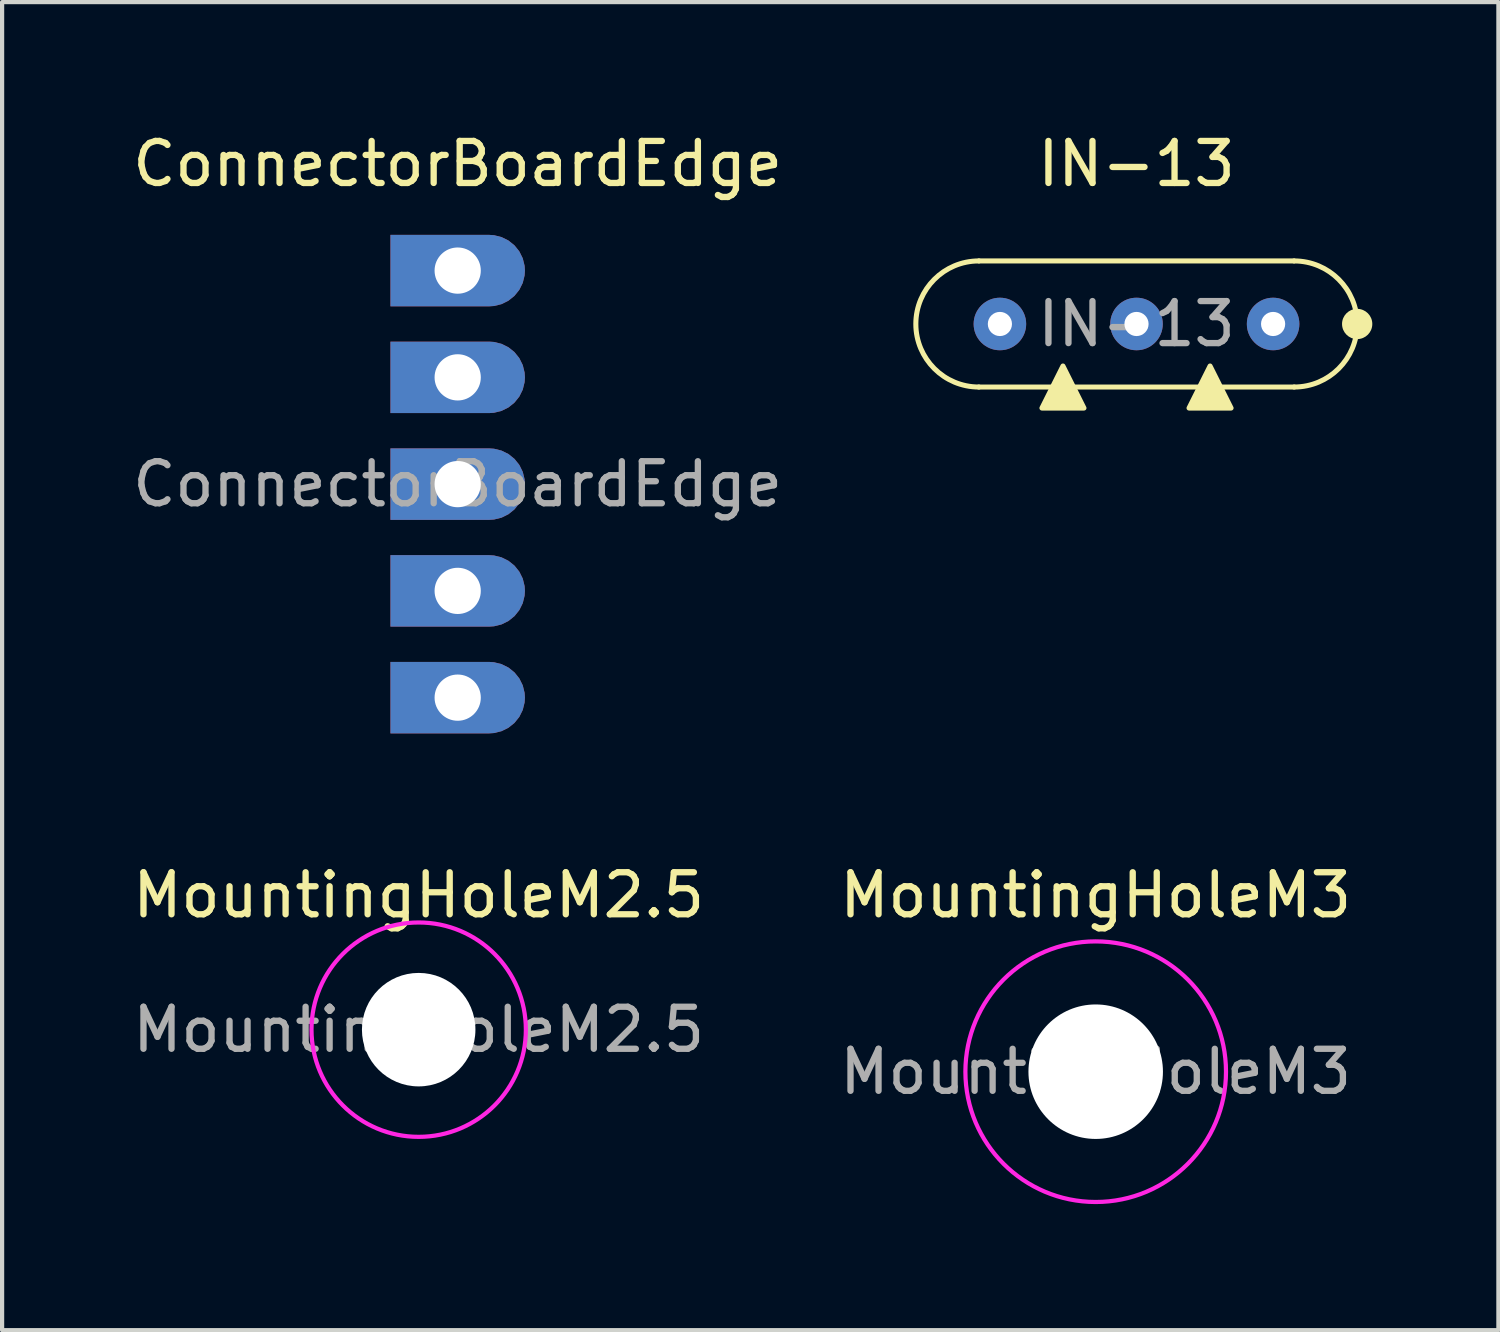
<source format=kicad_pcb>
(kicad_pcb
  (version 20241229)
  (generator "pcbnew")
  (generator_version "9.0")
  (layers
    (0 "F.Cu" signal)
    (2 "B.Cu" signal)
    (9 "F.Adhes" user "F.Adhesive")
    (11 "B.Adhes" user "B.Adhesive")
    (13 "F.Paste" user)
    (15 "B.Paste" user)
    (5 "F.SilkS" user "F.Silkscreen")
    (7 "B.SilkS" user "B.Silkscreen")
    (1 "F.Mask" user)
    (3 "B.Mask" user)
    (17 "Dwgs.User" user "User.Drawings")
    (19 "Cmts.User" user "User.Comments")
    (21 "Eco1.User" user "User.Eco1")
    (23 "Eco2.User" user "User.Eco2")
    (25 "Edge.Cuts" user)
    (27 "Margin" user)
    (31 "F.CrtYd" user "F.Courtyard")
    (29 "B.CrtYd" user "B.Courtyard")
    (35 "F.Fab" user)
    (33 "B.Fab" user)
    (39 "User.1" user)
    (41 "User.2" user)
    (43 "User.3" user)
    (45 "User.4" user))
  (footprint "MountingHoleM3"
    (layer "F.Cu")
    (at 23.018 22.447)
    (property "Reference" "MountingHoleM3" (at 0 -4.2 0) (layer "F.SilkS") (effects (font (size 1 1) (thickness 0.15))))
    (attr exclude_from_pos_files exclude_from_bom)
    (fp_circle (center 0 0) (end 3.1 0) (stroke (width 0.1) (type solid)) (fill no) (layer "F.CrtYd"))
    (fp_text user "${REFERENCE}" (at 0 0 0) (layer "F.Fab") (effects (font (size 1 1) (thickness 0.15))))
    (pad "" np_thru_hole circle (at 0 0) (size 3.2 3.2) (drill 3.2) (layers "*.Cu" "*.Mask")))
  (footprint "MountingHoleM2.5"
    (layer "F.Cu")
    (at 6.911 21.447)
    (property "Reference" "MountingHoleM2.5" (at 0 -3.2 0) (layer "F.SilkS") (effects (font (size 1 1) (thickness 0.15))))
    (attr exclude_from_pos_files exclude_from_bom)
    (fp_circle (center 0 0) (end 2.55 0) (stroke (width 0.1) (type solid)) (fill no) (layer "F.CrtYd"))
    (fp_text user "${REFERENCE}" (at 0 0 0) (layer "F.Fab") (effects (font (size 1 1) (thickness 0.15))))
    (pad "" np_thru_hole circle (at 0 0) (size 2.7 2.7) (drill 2.7) (layers "*.Cu" "*.Mask")))
  (footprint "IN-13"
    (layer "F.Cu")
    (at 23.989 4.658)
    (property "Reference" "IN-13" (at 0 -3.81 0) (unlocked yes) (layer "F.SilkS") (effects (font (size 1 1) (thickness 0.15))))
    (attr through_hole)
    (fp_line (start -3.75 -1.5) (end 3.75 -1.5) (stroke (width 0.12) (type default)) (layer "F.SilkS"))
    (fp_line (start 3.75 1.5) (end -3.75 1.5) (stroke (width 0.12) (type default)) (layer "F.SilkS"))
    (fp_arc (start -3.75 1.5) (mid -5.25 0) (end -3.75 -1.5) (stroke (width 0.12) (type default)) (layer "F.SilkS"))
    (fp_arc (start 3.75 -1.5) (mid 5.25 0) (end 3.75 1.5) (stroke (width 0.12) (type default)) (layer "F.SilkS"))
    (fp_circle (center 5.25 0) (end 5.55 0) (stroke (width 0.12) (type solid)) (fill yes) (layer "F.SilkS"))
    (fp_poly (pts (xy -1.25 2) (xy -2.25 2) (xy -1.75 1)) (stroke (width 0.12) (type solid)) (fill yes) (layer "F.SilkS"))
    (fp_poly (pts (xy 2.25 2) (xy 1.25 2) (xy 1.75 1)) (stroke (width 0.12) (type solid)) (fill yes) (layer "F.SilkS"))
    (fp_text user "${REFERENCE}" (at 0 0 0) (unlocked yes) (layer "F.Fab") (effects (font (size 1 1) (thickness 0.15))))
    (pad "1" thru_hole circle (at 3.25 0) (size 1.25 1.25) (drill 0.575) (layers "*.Cu" "*.Mask"))
    (pad "2" thru_hole circle (at 0 0) (size 1.25 1.25) (drill 0.575) (layers "*.Cu" "*.Mask"))
    (pad "3" thru_hole circle (at -3.25 0) (size 1.25 1.25) (drill 0.575) (layers "*.Cu" "*.Mask")))
  (footprint "ConnectorBoardEdge"
    (layer "F.Cu")
    (at 7.839 8.468)
    (property "Reference" "ConnectorBoardEdge" (at 0 -7.62 0) (unlocked yes) (layer "F.SilkS") (effects (font (size 1 1) (thickness 0.15))))
    (attr through_hole)
    (fp_text user "${REFERENCE}" (at 0 0 0) (unlocked yes) (layer "F.Fab") (effects (font (size 1 1) (thickness 0.15))))
    (pad "1" thru_hole roundrect (at 0 -5.08) (size 3.2 1.7) (drill 1.1) (layers "*.Cu" "*.Mask") (roundrect_rratio 0.5) (chamfer_ratio 0) (chamfer top_left bottom_left))
    (pad "2" thru_hole roundrect (at 0 -2.54) (size 3.2 1.7) (drill 1.1) (layers "*.Cu" "*.Mask") (roundrect_rratio 0.5) (chamfer_ratio 0) (chamfer top_left bottom_left))
    (pad "3" thru_hole roundrect (at 0 0) (size 3.2 1.7) (drill 1.1) (layers "*.Cu" "*.Mask") (roundrect_rratio 0.5) (chamfer_ratio 0) (chamfer top_left bottom_left))
    (pad "4" thru_hole roundrect (at 0 2.54) (size 3.2 1.7) (drill 1.1) (layers "*.Cu" "*.Mask") (roundrect_rratio 0.5) (chamfer_ratio 0) (chamfer top_left bottom_left))
    (pad "5" thru_hole roundrect (at 0 5.08) (size 3.2 1.7) (drill 1.1) (layers "*.Cu" "*.Mask") (roundrect_rratio 0.5) (chamfer_ratio 0) (chamfer top_left bottom_left)))
  (gr_rect
    (start -3 -3)
    (end 32.599 28.596)
    (stroke (width 0.1) (type default))
    (fill no)
    (layer "Edge.Cuts")))
</source>
